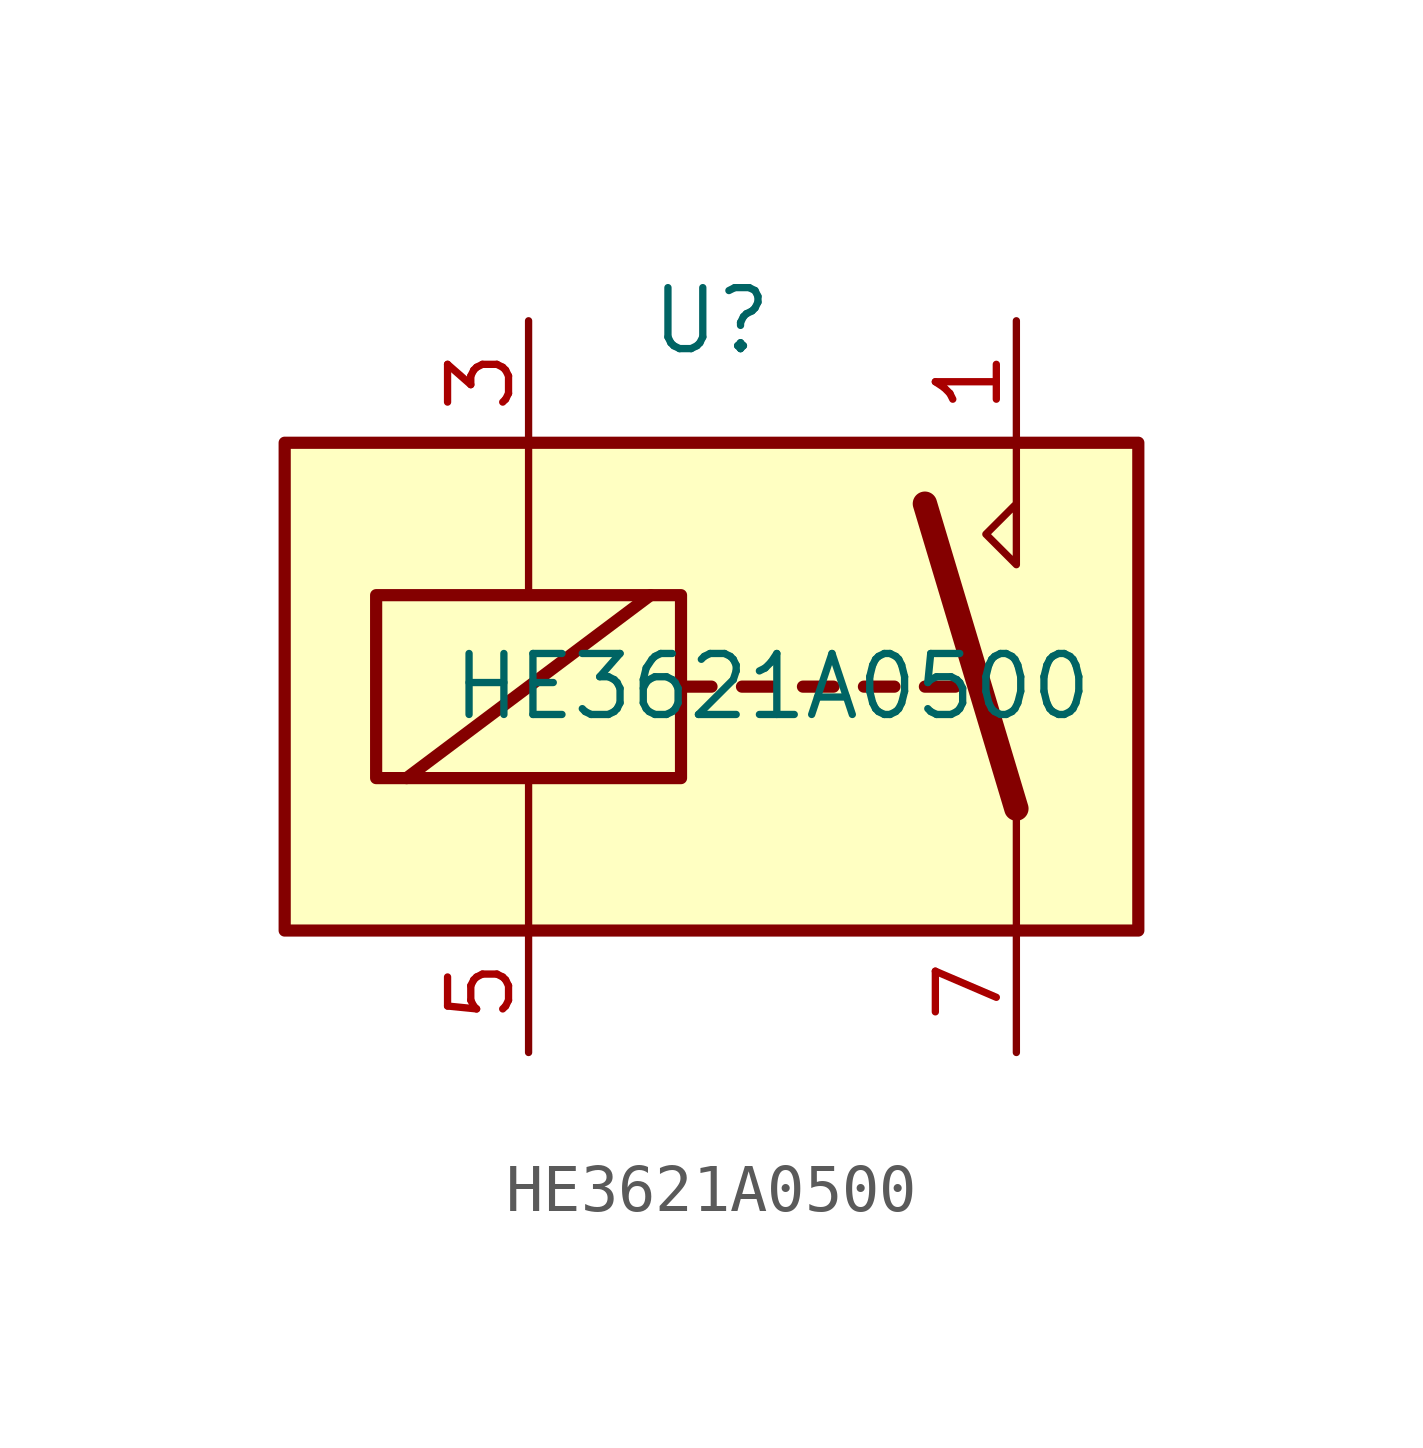
<source format=kicad_sym>
(kicad_symbol_lib
  (version 20220914)
  (generator kicad_symbol_editor)
  (symbol "HE3621A0500"
    (property "Reference" "U"
      (at -1.27 7.62 0)
      (effects (font (size 1.27 1.27))))
    (property "Value" "HE3621A0500"
      (at 0 0 0)
      (effects (font (size 1.27 1.27))))
    (symbol "HE3621A0500_0_0"
      (polyline (pts (xy 5.08 5.08) (xy 5.08 2.54) (xy 4.445 3.175) (xy 5.08 3.81)) (stroke (width 0) (type default)) (fill (type none))))
    (symbol "HE3621A0500_0_1"
      (rectangle (start -10.16 5.08) (end 7.62 -5.08) (stroke (width 0.254) (type default)) (fill (type background)))
      (rectangle (start -8.255 1.905) (end -1.905 -1.905) (stroke (width 0.254) (type default)) (fill (type none)))
      (polyline (pts (xy -7.62 -1.905) (xy -2.54 1.905)) (stroke (width 0.254) (type default)) (fill (type none)))
      (polyline (pts (xy -5.08 -5.08) (xy -5.08 -1.905)) (stroke (width 0) (type default)) (fill (type none)))
      (polyline (pts (xy -5.08 5.08) (xy -5.08 1.905)) (stroke (width 0) (type default)) (fill (type none)))
      (polyline (pts (xy -1.905 0) (xy -1.27 0)) (stroke (width 0.254) (type default)) (fill (type none)))
      (polyline (pts (xy -0.635 0) (xy 0 0)) (stroke (width 0.254) (type default)) (fill (type none)))
      (polyline (pts (xy 0.635 0) (xy 1.27 0)) (stroke (width 0.254) (type default)) (fill (type none)))
      (polyline (pts (xy 1.905 0) (xy 2.54 0)) (stroke (width 0.254) (type default)) (fill (type none)))
      (polyline (pts (xy 3.175 0) (xy 3.81 0)) (stroke (width 0.254) (type default)) (fill (type none)))
      (polyline (pts (xy 5.08 -2.54) (xy 3.175 3.81)) (stroke (width 0.508) (type default)) (fill (type none)))
      (polyline (pts (xy 5.08 -2.54) (xy 5.08 -5.08)) (stroke (width 0) (type default)) (fill (type none))))
    (symbol "HE3621A0500_1_1"
      (pin passive line (at 5.08 7.62 270) (length 2.54) (name "~" (effects (font (size 1.27 1.27)))) (number "1" (effects (font (size 1.27 1.27)))))
      (pin passive line (at -5.08 7.62 270) (length 2.54) (name "~" (effects (font (size 1.27 1.27)))) (number "3" (effects (font (size 1.27 1.27)))))
      (pin passive line (at -5.08 -7.62 90) (length 2.54) (name "~" (effects (font (size 1.27 1.27)))) (number "5" (effects (font (size 1.27 1.27)))))
      (pin passive line (at 5.08 -7.62 90) (length 2.54) (name "~" (effects (font (size 1.27 1.27)))) (number "7" (effects (font (size 1.27 1.27))))))))
</source>
